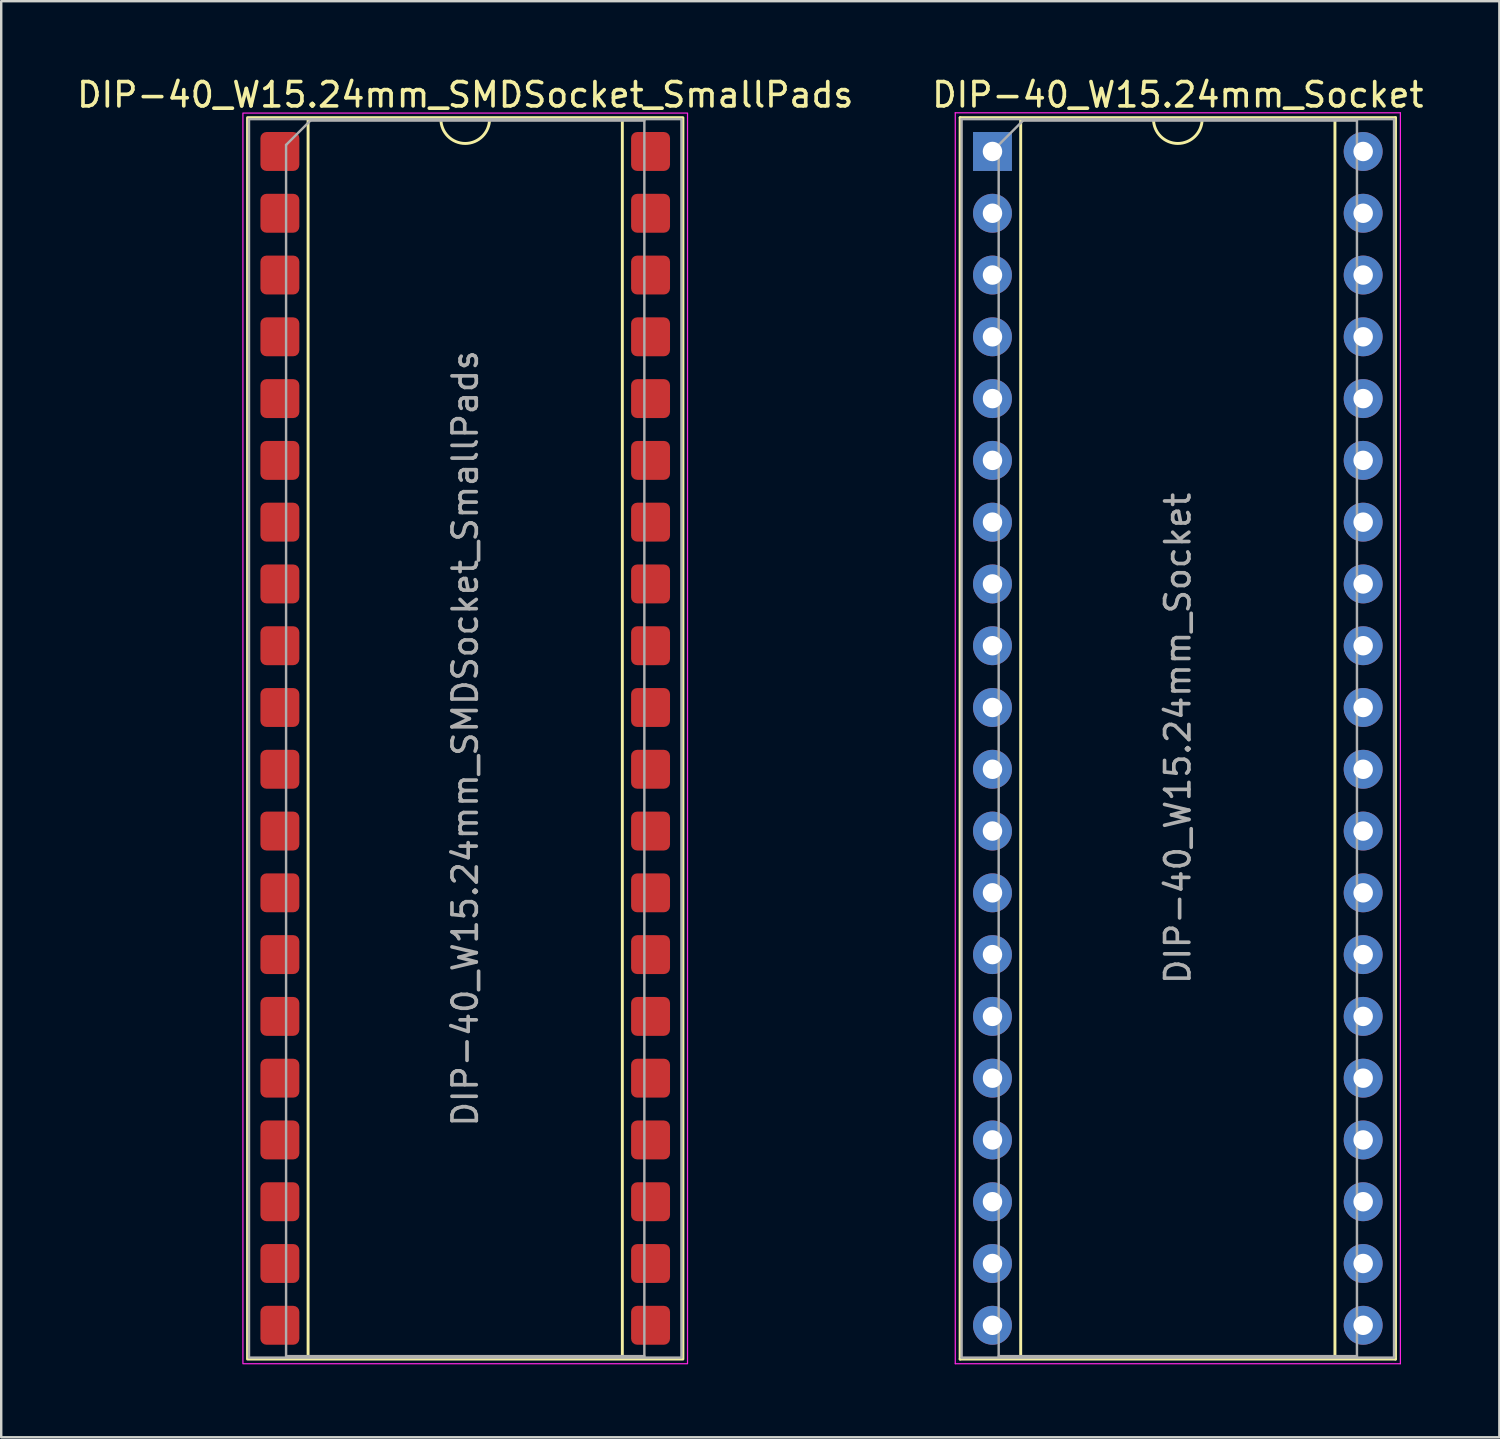
<source format=kicad_pcb>
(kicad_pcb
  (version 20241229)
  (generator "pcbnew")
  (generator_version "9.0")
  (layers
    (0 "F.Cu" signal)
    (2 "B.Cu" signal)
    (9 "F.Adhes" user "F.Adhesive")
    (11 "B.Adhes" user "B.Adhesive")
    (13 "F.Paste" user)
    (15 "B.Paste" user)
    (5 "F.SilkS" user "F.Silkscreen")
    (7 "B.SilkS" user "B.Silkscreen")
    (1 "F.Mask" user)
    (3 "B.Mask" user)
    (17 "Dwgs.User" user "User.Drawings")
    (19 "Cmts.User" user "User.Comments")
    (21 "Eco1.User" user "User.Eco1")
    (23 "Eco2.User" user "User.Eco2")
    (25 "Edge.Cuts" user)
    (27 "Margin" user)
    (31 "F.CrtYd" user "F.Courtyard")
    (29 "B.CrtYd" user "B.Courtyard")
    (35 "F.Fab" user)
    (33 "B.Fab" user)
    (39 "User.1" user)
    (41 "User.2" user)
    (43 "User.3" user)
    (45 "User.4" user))
  (footprint "DIP-40_W15.24mm_SMDSocket_SmallPads"
    (layer "F.Cu")
    (at 16.077 27.308)
    (property "Reference" "DIP-40_W15.24mm_SMDSocket_SmallPads" (at 0 -26.46 0) (layer "F.SilkS") (effects (font (size 1 1) (thickness 0.15))))
    (attr smd)
    (fp_line (start -6.46 -25.46) (end -6.46 25.46) (stroke (width 0.12) (type solid)) (layer "F.SilkS"))
    (fp_line (start -6.46 25.46) (end 6.46 25.46) (stroke (width 0.12) (type solid)) (layer "F.SilkS"))
    (fp_line (start -1 -25.46) (end -6.46 -25.46) (stroke (width 0.12) (type solid)) (layer "F.SilkS"))
    (fp_line (start 6.46 -25.46) (end 1 -25.46) (stroke (width 0.12) (type solid)) (layer "F.SilkS"))
    (fp_line (start 6.46 25.46) (end 6.46 -25.46) (stroke (width 0.12) (type solid)) (layer "F.SilkS"))
    (fp_rect (start -8.95 -25.52) (end 8.95 25.52) (stroke (width 0.12) (type solid)) (fill no) (layer "F.SilkS"))
    (fp_arc (start 1 -25.46) (mid 0 -24.46) (end -1 -25.46) (stroke (width 0.12) (type solid)) (layer "F.SilkS"))
    (fp_rect (start -9.14 -25.71) (end 9.14 25.71) (stroke (width 0.05) (type solid)) (fill no) (layer "F.CrtYd"))
    (fp_line (start -7.365 -24.4) (end -6.365 -25.4) (stroke (width 0.1) (type solid)) (layer "F.Fab"))
    (fp_line (start -7.365 25.4) (end -7.365 -24.4) (stroke (width 0.1) (type solid)) (layer "F.Fab"))
    (fp_line (start -6.365 -25.4) (end 7.365 -25.4) (stroke (width 0.1) (type solid)) (layer "F.Fab"))
    (fp_line (start 7.365 -25.4) (end 7.365 25.4) (stroke (width 0.1) (type solid)) (layer "F.Fab"))
    (fp_line (start 7.365 25.4) (end -7.365 25.4) (stroke (width 0.1) (type solid)) (layer "F.Fab"))
    (fp_rect (start -8.89 -25.46) (end 8.89 25.46) (stroke (width 0.1) (type solid)) (fill no) (layer "F.Fab"))
    (fp_text user "${REFERENCE}" (at 0 0 90) (layer "F.Fab") (effects (font (size 1 1) (thickness 0.15))))
    (pad "1" smd roundrect (at -7.62 -24.13) (size 1.6 1.6) (layers "F.Cu" "F.Mask" "F.Paste") (roundrect_rratio 0.156))
    (pad "2" smd roundrect (at -7.62 -21.59) (size 1.6 1.6) (layers "F.Cu" "F.Mask" "F.Paste") (roundrect_rratio 0.156))
    (pad "3" smd roundrect (at -7.62 -19.05) (size 1.6 1.6) (layers "F.Cu" "F.Mask" "F.Paste") (roundrect_rratio 0.156))
    (pad "4" smd roundrect (at -7.62 -16.51) (size 1.6 1.6) (layers "F.Cu" "F.Mask" "F.Paste") (roundrect_rratio 0.156))
    (pad "5" smd roundrect (at -7.62 -13.97) (size 1.6 1.6) (layers "F.Cu" "F.Mask" "F.Paste") (roundrect_rratio 0.156))
    (pad "6" smd roundrect (at -7.62 -11.43) (size 1.6 1.6) (layers "F.Cu" "F.Mask" "F.Paste") (roundrect_rratio 0.156))
    (pad "7" smd roundrect (at -7.62 -8.89) (size 1.6 1.6) (layers "F.Cu" "F.Mask" "F.Paste") (roundrect_rratio 0.156))
    (pad "8" smd roundrect (at -7.62 -6.35) (size 1.6 1.6) (layers "F.Cu" "F.Mask" "F.Paste") (roundrect_rratio 0.156))
    (pad "9" smd roundrect (at -7.62 -3.81) (size 1.6 1.6) (layers "F.Cu" "F.Mask" "F.Paste") (roundrect_rratio 0.156))
    (pad "10" smd roundrect (at -7.62 -1.27) (size 1.6 1.6) (layers "F.Cu" "F.Mask" "F.Paste") (roundrect_rratio 0.156))
    (pad "11" smd roundrect (at -7.62 1.27) (size 1.6 1.6) (layers "F.Cu" "F.Mask" "F.Paste") (roundrect_rratio 0.156))
    (pad "12" smd roundrect (at -7.62 3.81) (size 1.6 1.6) (layers "F.Cu" "F.Mask" "F.Paste") (roundrect_rratio 0.156))
    (pad "13" smd roundrect (at -7.62 6.35) (size 1.6 1.6) (layers "F.Cu" "F.Mask" "F.Paste") (roundrect_rratio 0.156))
    (pad "14" smd roundrect (at -7.62 8.89) (size 1.6 1.6) (layers "F.Cu" "F.Mask" "F.Paste") (roundrect_rratio 0.156))
    (pad "15" smd roundrect (at -7.62 11.43) (size 1.6 1.6) (layers "F.Cu" "F.Mask" "F.Paste") (roundrect_rratio 0.156))
    (pad "16" smd roundrect (at -7.62 13.97) (size 1.6 1.6) (layers "F.Cu" "F.Mask" "F.Paste") (roundrect_rratio 0.156))
    (pad "17" smd roundrect (at -7.62 16.51) (size 1.6 1.6) (layers "F.Cu" "F.Mask" "F.Paste") (roundrect_rratio 0.156))
    (pad "18" smd roundrect (at -7.62 19.05) (size 1.6 1.6) (layers "F.Cu" "F.Mask" "F.Paste") (roundrect_rratio 0.156))
    (pad "19" smd roundrect (at -7.62 21.59) (size 1.6 1.6) (layers "F.Cu" "F.Mask" "F.Paste") (roundrect_rratio 0.156))
    (pad "20" smd roundrect (at -7.62 24.13) (size 1.6 1.6) (layers "F.Cu" "F.Mask" "F.Paste") (roundrect_rratio 0.156))
    (pad "21" smd roundrect (at 7.62 24.13) (size 1.6 1.6) (layers "F.Cu" "F.Mask" "F.Paste") (roundrect_rratio 0.156))
    (pad "22" smd roundrect (at 7.62 21.59) (size 1.6 1.6) (layers "F.Cu" "F.Mask" "F.Paste") (roundrect_rratio 0.156))
    (pad "23" smd roundrect (at 7.62 19.05) (size 1.6 1.6) (layers "F.Cu" "F.Mask" "F.Paste") (roundrect_rratio 0.156))
    (pad "24" smd roundrect (at 7.62 16.51) (size 1.6 1.6) (layers "F.Cu" "F.Mask" "F.Paste") (roundrect_rratio 0.156))
    (pad "25" smd roundrect (at 7.62 13.97) (size 1.6 1.6) (layers "F.Cu" "F.Mask" "F.Paste") (roundrect_rratio 0.156))
    (pad "26" smd roundrect (at 7.62 11.43) (size 1.6 1.6) (layers "F.Cu" "F.Mask" "F.Paste") (roundrect_rratio 0.156))
    (pad "27" smd roundrect (at 7.62 8.89) (size 1.6 1.6) (layers "F.Cu" "F.Mask" "F.Paste") (roundrect_rratio 0.156))
    (pad "28" smd roundrect (at 7.62 6.35) (size 1.6 1.6) (layers "F.Cu" "F.Mask" "F.Paste") (roundrect_rratio 0.156))
    (pad "29" smd roundrect (at 7.62 3.81) (size 1.6 1.6) (layers "F.Cu" "F.Mask" "F.Paste") (roundrect_rratio 0.156))
    (pad "30" smd roundrect (at 7.62 1.27) (size 1.6 1.6) (layers "F.Cu" "F.Mask" "F.Paste") (roundrect_rratio 0.156))
    (pad "31" smd roundrect (at 7.62 -1.27) (size 1.6 1.6) (layers "F.Cu" "F.Mask" "F.Paste") (roundrect_rratio 0.156))
    (pad "32" smd roundrect (at 7.62 -3.81) (size 1.6 1.6) (layers "F.Cu" "F.Mask" "F.Paste") (roundrect_rratio 0.156))
    (pad "33" smd roundrect (at 7.62 -6.35) (size 1.6 1.6) (layers "F.Cu" "F.Mask" "F.Paste") (roundrect_rratio 0.156))
    (pad "34" smd roundrect (at 7.62 -8.89) (size 1.6 1.6) (layers "F.Cu" "F.Mask" "F.Paste") (roundrect_rratio 0.156))
    (pad "35" smd roundrect (at 7.62 -11.43) (size 1.6 1.6) (layers "F.Cu" "F.Mask" "F.Paste") (roundrect_rratio 0.156))
    (pad "36" smd roundrect (at 7.62 -13.97) (size 1.6 1.6) (layers "F.Cu" "F.Mask" "F.Paste") (roundrect_rratio 0.156))
    (pad "37" smd roundrect (at 7.62 -16.51) (size 1.6 1.6) (layers "F.Cu" "F.Mask" "F.Paste") (roundrect_rratio 0.156))
    (pad "38" smd roundrect (at 7.62 -19.05) (size 1.6 1.6) (layers "F.Cu" "F.Mask" "F.Paste") (roundrect_rratio 0.156))
    (pad "39" smd roundrect (at 7.62 -21.59) (size 1.6 1.6) (layers "F.Cu" "F.Mask" "F.Paste") (roundrect_rratio 0.156))
    (pad "40" smd roundrect (at 7.62 -24.13) (size 1.6 1.6) (layers "F.Cu" "F.Mask" "F.Paste") (roundrect_rratio 0.156)))
  (footprint "DIP-40_W15.24mm_Socket"
    (layer "F.Cu")
    (at 37.755 3.178)
    (property "Reference" "DIP-40_W15.24mm_Socket" (at 7.62 -2.33 0) (layer "F.SilkS") (effects (font (size 1 1) (thickness 0.15))))
    (attr through_hole)
    (fp_line (start -1.33 -1.39) (end -1.33 49.65) (stroke (width 0.12) (type solid)) (layer "F.SilkS"))
    (fp_line (start -1.33 49.65) (end 16.57 49.65) (stroke (width 0.12) (type solid)) (layer "F.SilkS"))
    (fp_line (start 1.16 -1.33) (end 1.16 49.59) (stroke (width 0.12) (type solid)) (layer "F.SilkS"))
    (fp_line (start 1.16 49.59) (end 14.08 49.59) (stroke (width 0.12) (type solid)) (layer "F.SilkS"))
    (fp_line (start 6.62 -1.33) (end 1.16 -1.33) (stroke (width 0.12) (type solid)) (layer "F.SilkS"))
    (fp_line (start 14.08 -1.33) (end 8.62 -1.33) (stroke (width 0.12) (type solid)) (layer "F.SilkS"))
    (fp_line (start 14.08 49.59) (end 14.08 -1.33) (stroke (width 0.12) (type solid)) (layer "F.SilkS"))
    (fp_line (start 16.57 -1.39) (end -1.33 -1.39) (stroke (width 0.12) (type solid)) (layer "F.SilkS"))
    (fp_line (start 16.57 49.65) (end 16.57 -1.39) (stroke (width 0.12) (type solid)) (layer "F.SilkS"))
    (fp_arc (start 8.62 -1.33) (mid 7.62 -0.33) (end 6.62 -1.33) (stroke (width 0.12) (type solid)) (layer "F.SilkS"))
    (fp_line (start -1.53 -1.59) (end -1.53 49.84) (stroke (width 0.05) (type solid)) (layer "F.CrtYd"))
    (fp_line (start -1.53 49.84) (end 16.77 49.84) (stroke (width 0.05) (type solid)) (layer "F.CrtYd"))
    (fp_line (start 16.77 -1.59) (end -1.53 -1.59) (stroke (width 0.05) (type solid)) (layer "F.CrtYd"))
    (fp_line (start 16.77 49.84) (end 16.77 -1.59) (stroke (width 0.05) (type solid)) (layer "F.CrtYd"))
    (fp_line (start -1.27 -1.33) (end -1.27 49.59) (stroke (width 0.1) (type solid)) (layer "F.Fab"))
    (fp_line (start -1.27 49.59) (end 16.51 49.59) (stroke (width 0.1) (type solid)) (layer "F.Fab"))
    (fp_line (start 0.255 -0.27) (end 1.255 -1.27) (stroke (width 0.1) (type solid)) (layer "F.Fab"))
    (fp_line (start 0.255 49.53) (end 0.255 -0.27) (stroke (width 0.1) (type solid)) (layer "F.Fab"))
    (fp_line (start 1.255 -1.27) (end 14.985 -1.27) (stroke (width 0.1) (type solid)) (layer "F.Fab"))
    (fp_line (start 14.985 -1.27) (end 14.985 49.53) (stroke (width 0.1) (type solid)) (layer "F.Fab"))
    (fp_line (start 14.985 49.53) (end 0.255 49.53) (stroke (width 0.1) (type solid)) (layer "F.Fab"))
    (fp_line (start 16.51 -1.33) (end -1.27 -1.33) (stroke (width 0.1) (type solid)) (layer "F.Fab"))
    (fp_line (start 16.51 49.59) (end 16.51 -1.33) (stroke (width 0.1) (type solid)) (layer "F.Fab"))
    (fp_text user "${REFERENCE}" (at 7.62 24.13 90) (layer "F.Fab") (effects (font (size 1 1) (thickness 0.15))))
    (pad "1" thru_hole rect (at 0 0) (size 1.6 1.6) (drill 0.8) (layers "*.Cu" "*.Mask"))
    (pad "2" thru_hole circle (at 0 2.54) (size 1.6 1.6) (drill 0.8) (layers "*.Cu" "*.Mask"))
    (pad "3" thru_hole circle (at 0 5.08) (size 1.6 1.6) (drill 0.8) (layers "*.Cu" "*.Mask"))
    (pad "4" thru_hole circle (at 0 7.62) (size 1.6 1.6) (drill 0.8) (layers "*.Cu" "*.Mask"))
    (pad "5" thru_hole circle (at 0 10.16) (size 1.6 1.6) (drill 0.8) (layers "*.Cu" "*.Mask"))
    (pad "6" thru_hole circle (at 0 12.7) (size 1.6 1.6) (drill 0.8) (layers "*.Cu" "*.Mask"))
    (pad "7" thru_hole circle (at 0 15.24) (size 1.6 1.6) (drill 0.8) (layers "*.Cu" "*.Mask"))
    (pad "8" thru_hole circle (at 0 17.78) (size 1.6 1.6) (drill 0.8) (layers "*.Cu" "*.Mask"))
    (pad "9" thru_hole circle (at 0 20.32) (size 1.6 1.6) (drill 0.8) (layers "*.Cu" "*.Mask"))
    (pad "10" thru_hole circle (at 0 22.86) (size 1.6 1.6) (drill 0.8) (layers "*.Cu" "*.Mask"))
    (pad "11" thru_hole circle (at 0 25.4) (size 1.6 1.6) (drill 0.8) (layers "*.Cu" "*.Mask"))
    (pad "12" thru_hole circle (at 0 27.94) (size 1.6 1.6) (drill 0.8) (layers "*.Cu" "*.Mask"))
    (pad "13" thru_hole circle (at 0 30.48) (size 1.6 1.6) (drill 0.8) (layers "*.Cu" "*.Mask"))
    (pad "14" thru_hole circle (at 0 33.02) (size 1.6 1.6) (drill 0.8) (layers "*.Cu" "*.Mask"))
    (pad "15" thru_hole circle (at 0 35.56) (size 1.6 1.6) (drill 0.8) (layers "*.Cu" "*.Mask"))
    (pad "16" thru_hole circle (at 0 38.1) (size 1.6 1.6) (drill 0.8) (layers "*.Cu" "*.Mask"))
    (pad "17" thru_hole circle (at 0 40.64) (size 1.6 1.6) (drill 0.8) (layers "*.Cu" "*.Mask"))
    (pad "18" thru_hole circle (at 0 43.18) (size 1.6 1.6) (drill 0.8) (layers "*.Cu" "*.Mask"))
    (pad "19" thru_hole circle (at 0 45.72) (size 1.6 1.6) (drill 0.8) (layers "*.Cu" "*.Mask"))
    (pad "20" thru_hole circle (at 0 48.26) (size 1.6 1.6) (drill 0.8) (layers "*.Cu" "*.Mask"))
    (pad "21" thru_hole circle (at 15.24 48.26) (size 1.6 1.6) (drill 0.8) (layers "*.Cu" "*.Mask"))
    (pad "22" thru_hole circle (at 15.24 45.72) (size 1.6 1.6) (drill 0.8) (layers "*.Cu" "*.Mask"))
    (pad "23" thru_hole circle (at 15.24 43.18) (size 1.6 1.6) (drill 0.8) (layers "*.Cu" "*.Mask"))
    (pad "24" thru_hole circle (at 15.24 40.64) (size 1.6 1.6) (drill 0.8) (layers "*.Cu" "*.Mask"))
    (pad "25" thru_hole circle (at 15.24 38.1) (size 1.6 1.6) (drill 0.8) (layers "*.Cu" "*.Mask"))
    (pad "26" thru_hole circle (at 15.24 35.56) (size 1.6 1.6) (drill 0.8) (layers "*.Cu" "*.Mask"))
    (pad "27" thru_hole circle (at 15.24 33.02) (size 1.6 1.6) (drill 0.8) (layers "*.Cu" "*.Mask"))
    (pad "28" thru_hole circle (at 15.24 30.48) (size 1.6 1.6) (drill 0.8) (layers "*.Cu" "*.Mask"))
    (pad "29" thru_hole circle (at 15.24 27.94) (size 1.6 1.6) (drill 0.8) (layers "*.Cu" "*.Mask"))
    (pad "30" thru_hole circle (at 15.24 25.4) (size 1.6 1.6) (drill 0.8) (layers "*.Cu" "*.Mask"))
    (pad "31" thru_hole circle (at 15.24 22.86) (size 1.6 1.6) (drill 0.8) (layers "*.Cu" "*.Mask"))
    (pad "32" thru_hole circle (at 15.24 20.32) (size 1.6 1.6) (drill 0.8) (layers "*.Cu" "*.Mask"))
    (pad "33" thru_hole circle (at 15.24 17.78) (size 1.6 1.6) (drill 0.8) (layers "*.Cu" "*.Mask"))
    (pad "34" thru_hole circle (at 15.24 15.24) (size 1.6 1.6) (drill 0.8) (layers "*.Cu" "*.Mask"))
    (pad "35" thru_hole circle (at 15.24 12.7) (size 1.6 1.6) (drill 0.8) (layers "*.Cu" "*.Mask"))
    (pad "36" thru_hole circle (at 15.24 10.16) (size 1.6 1.6) (drill 0.8) (layers "*.Cu" "*.Mask"))
    (pad "37" thru_hole circle (at 15.24 7.62) (size 1.6 1.6) (drill 0.8) (layers "*.Cu" "*.Mask"))
    (pad "38" thru_hole circle (at 15.24 5.08) (size 1.6 1.6) (drill 0.8) (layers "*.Cu" "*.Mask"))
    (pad "39" thru_hole circle (at 15.24 2.54) (size 1.6 1.6) (drill 0.8) (layers "*.Cu" "*.Mask"))
    (pad "40" thru_hole circle (at 15.24 0) (size 1.6 1.6) (drill 0.8) (layers "*.Cu" "*.Mask")))
  (gr_rect
    (start -3 -3)
    (end 58.595 56.043)
    (stroke (width 0.1) (type default))
    (fill no)
    (layer "Edge.Cuts")))
</source>
